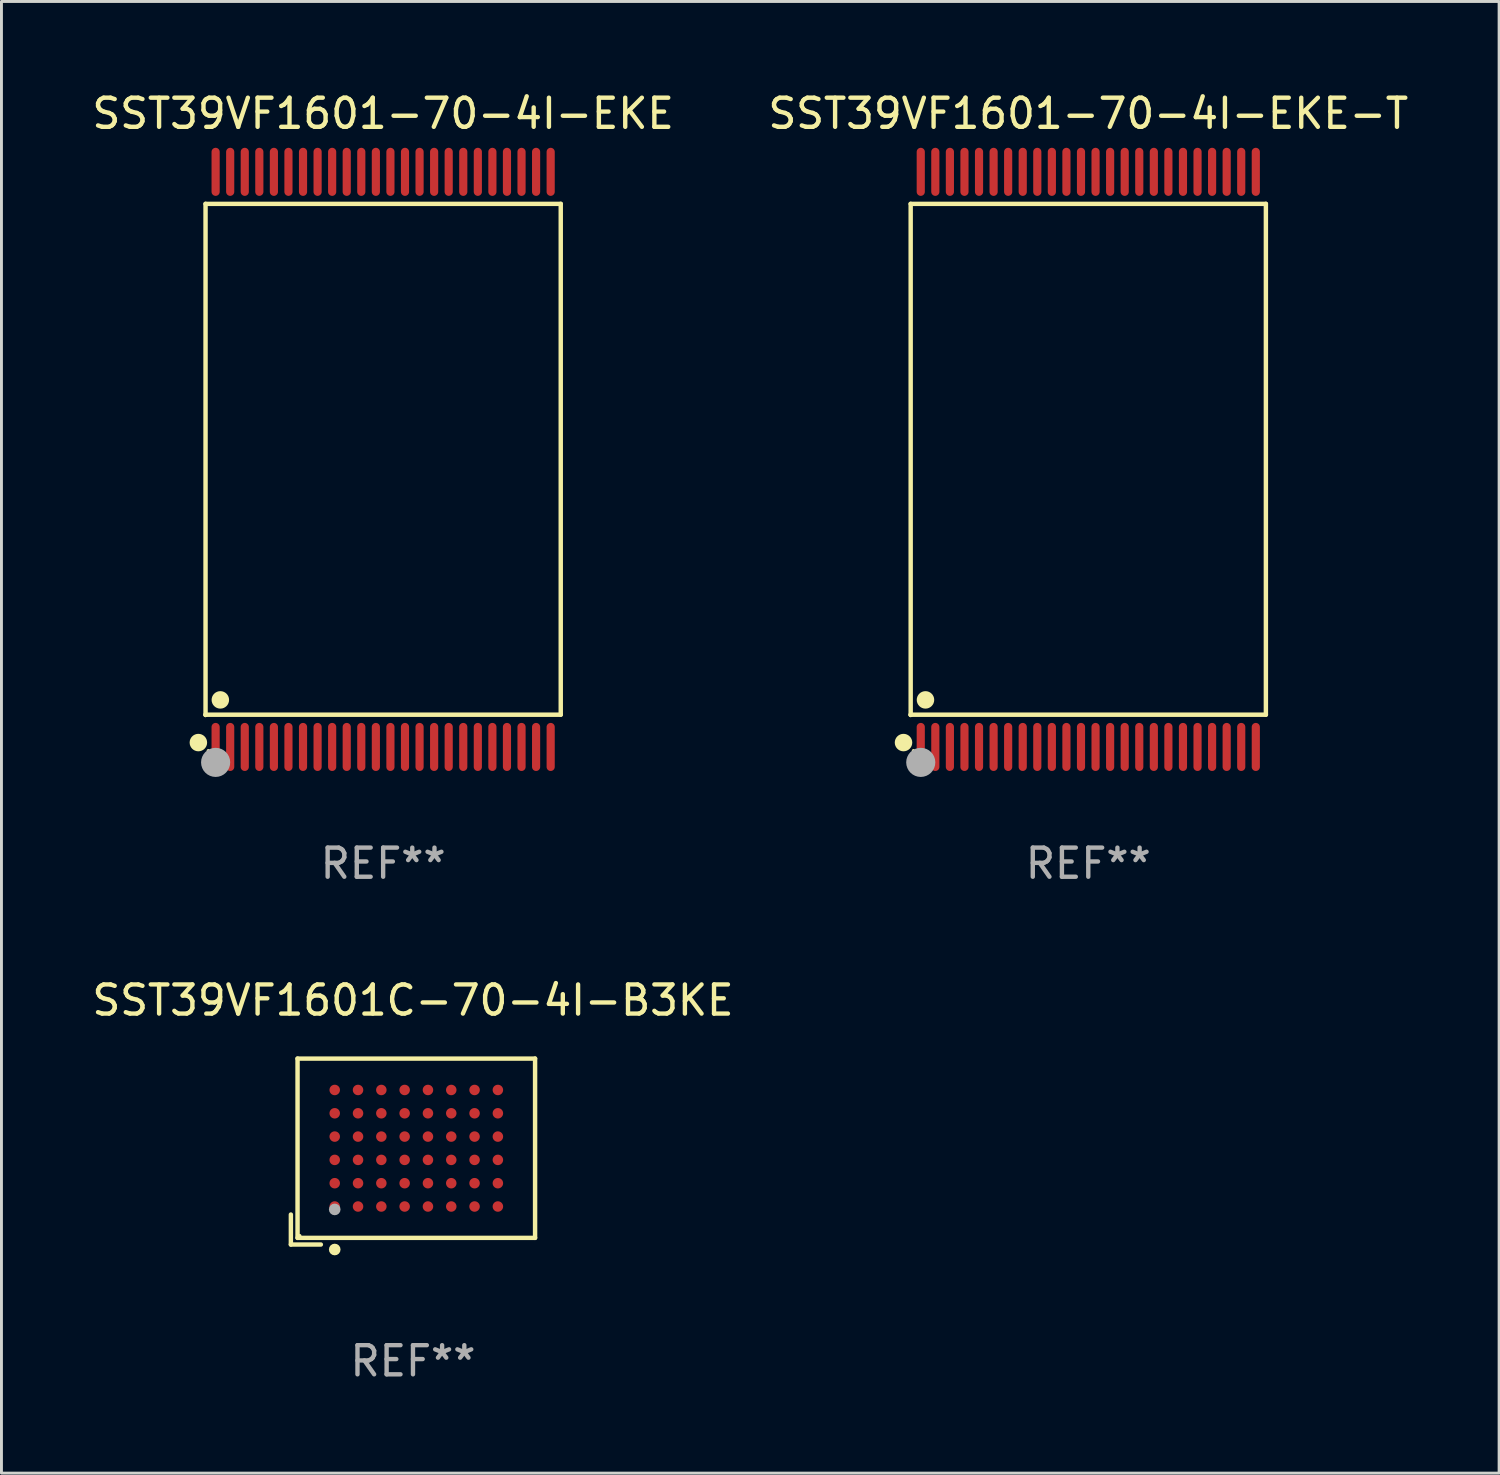
<source format=kicad_pcb>
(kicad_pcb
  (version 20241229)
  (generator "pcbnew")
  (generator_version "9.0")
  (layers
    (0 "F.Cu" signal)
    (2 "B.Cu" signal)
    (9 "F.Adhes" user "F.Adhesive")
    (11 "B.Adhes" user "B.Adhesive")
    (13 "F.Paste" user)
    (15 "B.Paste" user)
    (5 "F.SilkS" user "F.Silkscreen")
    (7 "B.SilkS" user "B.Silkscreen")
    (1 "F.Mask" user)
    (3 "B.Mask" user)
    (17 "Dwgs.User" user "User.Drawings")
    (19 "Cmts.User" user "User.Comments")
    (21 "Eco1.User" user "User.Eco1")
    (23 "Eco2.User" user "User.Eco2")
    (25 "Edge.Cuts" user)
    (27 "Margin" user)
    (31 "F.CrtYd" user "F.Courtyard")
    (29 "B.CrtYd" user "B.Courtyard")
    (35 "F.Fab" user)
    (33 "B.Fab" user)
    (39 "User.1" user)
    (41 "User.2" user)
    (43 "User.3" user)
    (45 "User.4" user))
  (footprint "SST39VF1601-70-4I-EKE-T"
    (layer "F.Cu")
    (at 34.304 12.718)
    (property "Reference" "SST39VF1601-70-4I-EKE-T" (at 0 -11.87 0) (layer "F.SilkS") (effects (font (size 1 1) (thickness 0.15))))
    (attr through_hole)
    (fp_line (start -6.096 -8.771) (end 6.096 -8.771) (stroke (width 0.152) (type solid)) (layer "F.SilkS"))
    (fp_line (start -6.096 8.763) (end -6.096 8.771) (stroke (width 0.152) (type solid)) (layer "F.SilkS"))
    (fp_line (start -6.096 8.771) (end -6.096 -8.771) (stroke (width 0.152) (type solid)) (layer "F.SilkS"))
    (fp_line (start 6.096 -8.771) (end 6.096 8.763) (stroke (width 0.152) (type solid)) (layer "F.SilkS"))
    (fp_line (start 6.096 8.763) (end -6.096 8.763) (stroke (width 0.152) (type solid)) (layer "F.SilkS"))
    (fp_circle (center -6.342 9.72) (end -6.192 9.72) (stroke (width 0.3) (type solid)) (fill no) (layer "F.SilkS"))
    (fp_circle (center -6 10) (end -5.97 10) (stroke (width 0.06) (type solid)) (fill no) (layer "F.SilkS"))
    (fp_circle (center -5.588 8.255) (end -5.438 8.255) (stroke (width 0.3) (type solid)) (fill no) (layer "F.SilkS"))
    (fp_circle (center -5.75 10.4) (end -5.5 10.4) (stroke (width 0.5) (type solid)) (fill no) (layer "F.Fab"))
    (fp_text user "REF**" (at 0 13.87 0) (layer "F.Fab") (effects (font (size 1 1) (thickness 0.15))))
    (pad "1" smd oval (at -5.75 9.87) (size 0.28 1.65) (layers "F.Cu" "F.Mask" "F.Paste"))
    (pad "2" smd oval (at -5.25 9.87) (size 0.28 1.65) (layers "F.Cu" "F.Mask" "F.Paste"))
    (pad "3" smd oval (at -4.75 9.87) (size 0.28 1.65) (layers "F.Cu" "F.Mask" "F.Paste"))
    (pad "4" smd oval (at -4.25 9.87) (size 0.28 1.65) (layers "F.Cu" "F.Mask" "F.Paste"))
    (pad "5" smd oval (at -3.75 9.87) (size 0.28 1.65) (layers "F.Cu" "F.Mask" "F.Paste"))
    (pad "6" smd oval (at -3.25 9.87) (size 0.28 1.65) (layers "F.Cu" "F.Mask" "F.Paste"))
    (pad "7" smd oval (at -2.75 9.87) (size 0.28 1.65) (layers "F.Cu" "F.Mask" "F.Paste"))
    (pad "8" smd oval (at -2.25 9.87) (size 0.28 1.65) (layers "F.Cu" "F.Mask" "F.Paste"))
    (pad "9" smd oval (at -1.75 9.87) (size 0.28 1.65) (layers "F.Cu" "F.Mask" "F.Paste"))
    (pad "10" smd oval (at -1.25 9.87) (size 0.28 1.65) (layers "F.Cu" "F.Mask" "F.Paste"))
    (pad "11" smd oval (at -0.75 9.87) (size 0.28 1.65) (layers "F.Cu" "F.Mask" "F.Paste"))
    (pad "12" smd oval (at -0.25 9.87) (size 0.28 1.65) (layers "F.Cu" "F.Mask" "F.Paste"))
    (pad "13" smd oval (at 0.25 9.87) (size 0.28 1.65) (layers "F.Cu" "F.Mask" "F.Paste"))
    (pad "14" smd oval (at 0.75 9.87) (size 0.28 1.65) (layers "F.Cu" "F.Mask" "F.Paste"))
    (pad "15" smd oval (at 1.25 9.87) (size 0.28 1.65) (layers "F.Cu" "F.Mask" "F.Paste"))
    (pad "16" smd oval (at 1.75 9.87) (size 0.28 1.65) (layers "F.Cu" "F.Mask" "F.Paste"))
    (pad "17" smd oval (at 2.25 9.87) (size 0.28 1.65) (layers "F.Cu" "F.Mask" "F.Paste"))
    (pad "18" smd oval (at 2.75 9.87) (size 0.28 1.65) (layers "F.Cu" "F.Mask" "F.Paste"))
    (pad "19" smd oval (at 3.25 9.87) (size 0.28 1.65) (layers "F.Cu" "F.Mask" "F.Paste"))
    (pad "20" smd oval (at 3.75 9.87) (size 0.28 1.65) (layers "F.Cu" "F.Mask" "F.Paste"))
    (pad "21" smd oval (at 4.25 9.87) (size 0.28 1.65) (layers "F.Cu" "F.Mask" "F.Paste"))
    (pad "22" smd oval (at 4.75 9.87) (size 0.28 1.65) (layers "F.Cu" "F.Mask" "F.Paste"))
    (pad "23" smd oval (at 5.25 9.87) (size 0.28 1.65) (layers "F.Cu" "F.Mask" "F.Paste"))
    (pad "24" smd oval (at 5.75 9.87) (size 0.28 1.65) (layers "F.Cu" "F.Mask" "F.Paste"))
    (pad "25" smd oval (at 5.75 -9.87) (size 0.28 1.65) (layers "F.Cu" "F.Mask" "F.Paste"))
    (pad "26" smd oval (at 5.25 -9.87) (size 0.28 1.65) (layers "F.Cu" "F.Mask" "F.Paste"))
    (pad "27" smd oval (at 4.75 -9.87) (size 0.28 1.65) (layers "F.Cu" "F.Mask" "F.Paste"))
    (pad "28" smd oval (at 4.25 -9.87) (size 0.28 1.65) (layers "F.Cu" "F.Mask" "F.Paste"))
    (pad "29" smd oval (at 3.75 -9.87) (size 0.28 1.65) (layers "F.Cu" "F.Mask" "F.Paste"))
    (pad "30" smd oval (at 3.25 -9.87) (size 0.28 1.65) (layers "F.Cu" "F.Mask" "F.Paste"))
    (pad "31" smd oval (at 2.75 -9.87) (size 0.28 1.65) (layers "F.Cu" "F.Mask" "F.Paste"))
    (pad "32" smd oval (at 2.25 -9.87) (size 0.28 1.65) (layers "F.Cu" "F.Mask" "F.Paste"))
    (pad "33" smd oval (at 1.75 -9.87) (size 0.28 1.65) (layers "F.Cu" "F.Mask" "F.Paste"))
    (pad "34" smd oval (at 1.25 -9.87) (size 0.28 1.65) (layers "F.Cu" "F.Mask" "F.Paste"))
    (pad "35" smd oval (at 0.75 -9.87) (size 0.28 1.65) (layers "F.Cu" "F.Mask" "F.Paste"))
    (pad "36" smd oval (at 0.25 -9.87) (size 0.28 1.65) (layers "F.Cu" "F.Mask" "F.Paste"))
    (pad "37" smd oval (at -0.25 -9.87) (size 0.28 1.65) (layers "F.Cu" "F.Mask" "F.Paste"))
    (pad "38" smd oval (at -0.75 -9.87) (size 0.28 1.65) (layers "F.Cu" "F.Mask" "F.Paste"))
    (pad "39" smd oval (at -1.25 -9.87) (size 0.28 1.65) (layers "F.Cu" "F.Mask" "F.Paste"))
    (pad "40" smd oval (at -1.75 -9.87) (size 0.28 1.65) (layers "F.Cu" "F.Mask" "F.Paste"))
    (pad "41" smd oval (at -2.25 -9.87) (size 0.28 1.65) (layers "F.Cu" "F.Mask" "F.Paste"))
    (pad "42" smd oval (at -2.75 -9.87) (size 0.28 1.65) (layers "F.Cu" "F.Mask" "F.Paste"))
    (pad "43" smd oval (at -3.25 -9.87) (size 0.28 1.65) (layers "F.Cu" "F.Mask" "F.Paste"))
    (pad "44" smd oval (at -3.75 -9.87) (size 0.28 1.65) (layers "F.Cu" "F.Mask" "F.Paste"))
    (pad "45" smd oval (at -4.25 -9.87) (size 0.28 1.65) (layers "F.Cu" "F.Mask" "F.Paste"))
    (pad "46" smd oval (at -4.75 -9.87) (size 0.28 1.65) (layers "F.Cu" "F.Mask" "F.Paste"))
    (pad "47" smd oval (at -5.25 -9.87) (size 0.28 1.65) (layers "F.Cu" "F.Mask" "F.Paste"))
    (pad "48" smd oval (at -5.75 -9.87) (size 0.28 1.65) (layers "F.Cu" "F.Mask" "F.Paste")))
  (footprint "SST39VF1601C-70-4I-B3KE"
    (layer "F.Cu")
    (at 11.125 36.476)
    (property "Reference" "SST39VF1601C-70-4I-B3KE" (at 0 -5.191 0) (layer "F.SilkS") (effects (font (size 1 1) (thickness 0.15))))
    (attr through_hole)
    (fp_line (start -4.191 2.162) (end -4.191 3.191) (stroke (width 0.152) (type solid)) (layer "F.SilkS"))
    (fp_line (start -4.191 3.191) (end -3.162 3.191) (stroke (width 0.152) (type solid)) (layer "F.SilkS"))
    (fp_line (start -3.962 -3.191) (end 4.191 -3.191) (stroke (width 0.152) (type solid)) (layer "F.SilkS"))
    (fp_line (start -3.962 2.962) (end -3.962 -3.191) (stroke (width 0.152) (type solid)) (layer "F.SilkS"))
    (fp_line (start 4.191 -3.191) (end 4.191 2.962) (stroke (width 0.152) (type solid)) (layer "F.SilkS"))
    (fp_line (start 4.191 2.962) (end -3.962 2.962) (stroke (width 0.152) (type solid)) (layer "F.SilkS"))
    (fp_circle (center -3.886 2.886) (end -3.856 2.886) (stroke (width 0.06) (type solid)) (fill no) (layer "F.SilkS"))
    (fp_circle (center -2.686 3.362) (end -2.586 3.362) (stroke (width 0.2) (type solid)) (fill no) (layer "F.SilkS"))
    (fp_circle (center -2.686 1.986) (end -2.586 1.986) (stroke (width 0.2) (type solid)) (fill no) (layer "F.Fab"))
    (fp_text user "REF**" (at 0 7.191 0) (layer "F.Fab") (effects (font (size 1 1) (thickness 0.15))))
    (pad "A1" smd circle (at -2.686 1.886) (size 0.36 0.36) (layers "F.Cu" "F.Mask" "F.Paste"))
    (pad "A2" smd circle (at -2.686 1.086) (size 0.36 0.36) (layers "F.Cu" "F.Mask" "F.Paste"))
    (pad "A3" smd circle (at -2.686 0.286) (size 0.36 0.36) (layers "F.Cu" "F.Mask" "F.Paste"))
    (pad "A4" smd circle (at -2.686 -0.514) (size 0.36 0.36) (layers "F.Cu" "F.Mask" "F.Paste"))
    (pad "A5" smd circle (at -2.686 -1.314) (size 0.36 0.36) (layers "F.Cu" "F.Mask" "F.Paste"))
    (pad "A6" smd circle (at -2.686 -2.114) (size 0.36 0.36) (layers "F.Cu" "F.Mask" "F.Paste"))
    (pad "B1" smd circle (at -1.886 1.886) (size 0.36 0.36) (layers "F.Cu" "F.Mask" "F.Paste"))
    (pad "B2" smd circle (at -1.886 1.086) (size 0.36 0.36) (layers "F.Cu" "F.Mask" "F.Paste"))
    (pad "B3" smd circle (at -1.886 0.286) (size 0.36 0.36) (layers "F.Cu" "F.Mask" "F.Paste"))
    (pad "B4" smd circle (at -1.886 -0.514) (size 0.36 0.36) (layers "F.Cu" "F.Mask" "F.Paste"))
    (pad "B5" smd circle (at -1.886 -1.314) (size 0.36 0.36) (layers "F.Cu" "F.Mask" "F.Paste"))
    (pad "B6" smd circle (at -1.886 -2.114) (size 0.36 0.36) (layers "F.Cu" "F.Mask" "F.Paste"))
    (pad "C1" smd circle (at -1.086 1.886) (size 0.36 0.36) (layers "F.Cu" "F.Mask" "F.Paste"))
    (pad "C2" smd circle (at -1.086 1.086) (size 0.36 0.36) (layers "F.Cu" "F.Mask" "F.Paste"))
    (pad "C3" smd circle (at -1.086 0.286) (size 0.36 0.36) (layers "F.Cu" "F.Mask" "F.Paste"))
    (pad "C4" smd circle (at -1.086 -0.514) (size 0.36 0.36) (layers "F.Cu" "F.Mask" "F.Paste"))
    (pad "C5" smd circle (at -1.086 -1.314) (size 0.36 0.36) (layers "F.Cu" "F.Mask" "F.Paste"))
    (pad "C6" smd circle (at -1.086 -2.114) (size 0.36 0.36) (layers "F.Cu" "F.Mask" "F.Paste"))
    (pad "D1" smd circle (at -0.286 1.886) (size 0.36 0.36) (layers "F.Cu" "F.Mask" "F.Paste"))
    (pad "D2" smd circle (at -0.286 1.086) (size 0.36 0.36) (layers "F.Cu" "F.Mask" "F.Paste"))
    (pad "D3" smd circle (at -0.286 0.286) (size 0.36 0.36) (layers "F.Cu" "F.Mask" "F.Paste"))
    (pad "D4" smd circle (at -0.286 -0.514) (size 0.36 0.36) (layers "F.Cu" "F.Mask" "F.Paste"))
    (pad "D5" smd circle (at -0.286 -1.314) (size 0.36 0.36) (layers "F.Cu" "F.Mask" "F.Paste"))
    (pad "D6" smd circle (at -0.286 -2.114) (size 0.36 0.36) (layers "F.Cu" "F.Mask" "F.Paste"))
    (pad "E1" smd circle (at 0.514 1.886) (size 0.36 0.36) (layers "F.Cu" "F.Mask" "F.Paste"))
    (pad "E2" smd circle (at 0.514 1.086) (size 0.36 0.36) (layers "F.Cu" "F.Mask" "F.Paste"))
    (pad "E3" smd circle (at 0.514 0.286) (size 0.36 0.36) (layers "F.Cu" "F.Mask" "F.Paste"))
    (pad "E4" smd circle (at 0.514 -0.514) (size 0.36 0.36) (layers "F.Cu" "F.Mask" "F.Paste"))
    (pad "E5" smd circle (at 0.514 -1.314) (size 0.36 0.36) (layers "F.Cu" "F.Mask" "F.Paste"))
    (pad "E6" smd circle (at 0.514 -2.114) (size 0.36 0.36) (layers "F.Cu" "F.Mask" "F.Paste"))
    (pad "F1" smd circle (at 1.314 1.886) (size 0.36 0.36) (layers "F.Cu" "F.Mask" "F.Paste"))
    (pad "F2" smd circle (at 1.314 1.086) (size 0.36 0.36) (layers "F.Cu" "F.Mask" "F.Paste"))
    (pad "F3" smd circle (at 1.314 0.286) (size 0.36 0.36) (layers "F.Cu" "F.Mask" "F.Paste"))
    (pad "F4" smd circle (at 1.314 -0.514) (size 0.36 0.36) (layers "F.Cu" "F.Mask" "F.Paste"))
    (pad "F5" smd circle (at 1.314 -1.314) (size 0.36 0.36) (layers "F.Cu" "F.Mask" "F.Paste"))
    (pad "F6" smd circle (at 1.314 -2.114) (size 0.36 0.36) (layers "F.Cu" "F.Mask" "F.Paste"))
    (pad "G1" smd circle (at 2.114 1.886) (size 0.36 0.36) (layers "F.Cu" "F.Mask" "F.Paste"))
    (pad "G2" smd circle (at 2.114 1.086) (size 0.36 0.36) (layers "F.Cu" "F.Mask" "F.Paste"))
    (pad "G3" smd circle (at 2.114 0.286) (size 0.36 0.36) (layers "F.Cu" "F.Mask" "F.Paste"))
    (pad "G4" smd circle (at 2.114 -0.514) (size 0.36 0.36) (layers "F.Cu" "F.Mask" "F.Paste"))
    (pad "G5" smd circle (at 2.114 -1.314) (size 0.36 0.36) (layers "F.Cu" "F.Mask" "F.Paste"))
    (pad "G6" smd circle (at 2.114 -2.114) (size 0.36 0.36) (layers "F.Cu" "F.Mask" "F.Paste"))
    (pad "H1" smd circle (at 2.914 1.886) (size 0.36 0.36) (layers "F.Cu" "F.Mask" "F.Paste"))
    (pad "H2" smd circle (at 2.914 1.086) (size 0.36 0.36) (layers "F.Cu" "F.Mask" "F.Paste"))
    (pad "H3" smd circle (at 2.914 0.286) (size 0.36 0.36) (layers "F.Cu" "F.Mask" "F.Paste"))
    (pad "H4" smd circle (at 2.914 -0.514) (size 0.36 0.36) (layers "F.Cu" "F.Mask" "F.Paste"))
    (pad "H5" smd circle (at 2.914 -1.314) (size 0.36 0.36) (layers "F.Cu" "F.Mask" "F.Paste"))
    (pad "H6" smd circle (at 2.914 -2.114) (size 0.36 0.36) (layers "F.Cu" "F.Mask" "F.Paste")))
  (footprint "SST39VF1601-70-4I-EKE"
    (layer "F.Cu")
    (at 10.101 12.718)
    (property "Reference" "SST39VF1601-70-4I-EKE" (at 0 -11.87 0) (layer "F.SilkS") (effects (font (size 1 1) (thickness 0.15))))
    (attr through_hole)
    (fp_line (start -6.096 -8.771) (end 6.096 -8.771) (stroke (width 0.152) (type solid)) (layer "F.SilkS"))
    (fp_line (start -6.096 8.763) (end -6.096 8.771) (stroke (width 0.152) (type solid)) (layer "F.SilkS"))
    (fp_line (start -6.096 8.771) (end -6.096 -8.771) (stroke (width 0.152) (type solid)) (layer "F.SilkS"))
    (fp_line (start 6.096 -8.771) (end 6.096 8.763) (stroke (width 0.152) (type solid)) (layer "F.SilkS"))
    (fp_line (start 6.096 8.763) (end -6.096 8.763) (stroke (width 0.152) (type solid)) (layer "F.SilkS"))
    (fp_circle (center -6.342 9.72) (end -6.192 9.72) (stroke (width 0.3) (type solid)) (fill no) (layer "F.SilkS"))
    (fp_circle (center -6 10) (end -5.97 10) (stroke (width 0.06) (type solid)) (fill no) (layer "F.SilkS"))
    (fp_circle (center -5.588 8.255) (end -5.438 8.255) (stroke (width 0.3) (type solid)) (fill no) (layer "F.SilkS"))
    (fp_circle (center -5.75 10.4) (end -5.5 10.4) (stroke (width 0.5) (type solid)) (fill no) (layer "F.Fab"))
    (fp_text user "REF**" (at 0 13.87 0) (layer "F.Fab") (effects (font (size 1 1) (thickness 0.15))))
    (pad "1" smd oval (at -5.75 9.87) (size 0.28 1.65) (layers "F.Cu" "F.Mask" "F.Paste"))
    (pad "2" smd oval (at -5.25 9.87) (size 0.28 1.65) (layers "F.Cu" "F.Mask" "F.Paste"))
    (pad "3" smd oval (at -4.75 9.87) (size 0.28 1.65) (layers "F.Cu" "F.Mask" "F.Paste"))
    (pad "4" smd oval (at -4.25 9.87) (size 0.28 1.65) (layers "F.Cu" "F.Mask" "F.Paste"))
    (pad "5" smd oval (at -3.75 9.87) (size 0.28 1.65) (layers "F.Cu" "F.Mask" "F.Paste"))
    (pad "6" smd oval (at -3.25 9.87) (size 0.28 1.65) (layers "F.Cu" "F.Mask" "F.Paste"))
    (pad "7" smd oval (at -2.75 9.87) (size 0.28 1.65) (layers "F.Cu" "F.Mask" "F.Paste"))
    (pad "8" smd oval (at -2.25 9.87) (size 0.28 1.65) (layers "F.Cu" "F.Mask" "F.Paste"))
    (pad "9" smd oval (at -1.75 9.87) (size 0.28 1.65) (layers "F.Cu" "F.Mask" "F.Paste"))
    (pad "10" smd oval (at -1.25 9.87) (size 0.28 1.65) (layers "F.Cu" "F.Mask" "F.Paste"))
    (pad "11" smd oval (at -0.75 9.87) (size 0.28 1.65) (layers "F.Cu" "F.Mask" "F.Paste"))
    (pad "12" smd oval (at -0.25 9.87) (size 0.28 1.65) (layers "F.Cu" "F.Mask" "F.Paste"))
    (pad "13" smd oval (at 0.25 9.87) (size 0.28 1.65) (layers "F.Cu" "F.Mask" "F.Paste"))
    (pad "14" smd oval (at 0.75 9.87) (size 0.28 1.65) (layers "F.Cu" "F.Mask" "F.Paste"))
    (pad "15" smd oval (at 1.25 9.87) (size 0.28 1.65) (layers "F.Cu" "F.Mask" "F.Paste"))
    (pad "16" smd oval (at 1.75 9.87) (size 0.28 1.65) (layers "F.Cu" "F.Mask" "F.Paste"))
    (pad "17" smd oval (at 2.25 9.87) (size 0.28 1.65) (layers "F.Cu" "F.Mask" "F.Paste"))
    (pad "18" smd oval (at 2.75 9.87) (size 0.28 1.65) (layers "F.Cu" "F.Mask" "F.Paste"))
    (pad "19" smd oval (at 3.25 9.87) (size 0.28 1.65) (layers "F.Cu" "F.Mask" "F.Paste"))
    (pad "20" smd oval (at 3.75 9.87) (size 0.28 1.65) (layers "F.Cu" "F.Mask" "F.Paste"))
    (pad "21" smd oval (at 4.25 9.87) (size 0.28 1.65) (layers "F.Cu" "F.Mask" "F.Paste"))
    (pad "22" smd oval (at 4.75 9.87) (size 0.28 1.65) (layers "F.Cu" "F.Mask" "F.Paste"))
    (pad "23" smd oval (at 5.25 9.87) (size 0.28 1.65) (layers "F.Cu" "F.Mask" "F.Paste"))
    (pad "24" smd oval (at 5.75 9.87) (size 0.28 1.65) (layers "F.Cu" "F.Mask" "F.Paste"))
    (pad "25" smd oval (at 5.75 -9.87) (size 0.28 1.65) (layers "F.Cu" "F.Mask" "F.Paste"))
    (pad "26" smd oval (at 5.25 -9.87) (size 0.28 1.65) (layers "F.Cu" "F.Mask" "F.Paste"))
    (pad "27" smd oval (at 4.75 -9.87) (size 0.28 1.65) (layers "F.Cu" "F.Mask" "F.Paste"))
    (pad "28" smd oval (at 4.25 -9.87) (size 0.28 1.65) (layers "F.Cu" "F.Mask" "F.Paste"))
    (pad "29" smd oval (at 3.75 -9.87) (size 0.28 1.65) (layers "F.Cu" "F.Mask" "F.Paste"))
    (pad "30" smd oval (at 3.25 -9.87) (size 0.28 1.65) (layers "F.Cu" "F.Mask" "F.Paste"))
    (pad "31" smd oval (at 2.75 -9.87) (size 0.28 1.65) (layers "F.Cu" "F.Mask" "F.Paste"))
    (pad "32" smd oval (at 2.25 -9.87) (size 0.28 1.65) (layers "F.Cu" "F.Mask" "F.Paste"))
    (pad "33" smd oval (at 1.75 -9.87) (size 0.28 1.65) (layers "F.Cu" "F.Mask" "F.Paste"))
    (pad "34" smd oval (at 1.25 -9.87) (size 0.28 1.65) (layers "F.Cu" "F.Mask" "F.Paste"))
    (pad "35" smd oval (at 0.75 -9.87) (size 0.28 1.65) (layers "F.Cu" "F.Mask" "F.Paste"))
    (pad "36" smd oval (at 0.25 -9.87) (size 0.28 1.65) (layers "F.Cu" "F.Mask" "F.Paste"))
    (pad "37" smd oval (at -0.25 -9.87) (size 0.28 1.65) (layers "F.Cu" "F.Mask" "F.Paste"))
    (pad "38" smd oval (at -0.75 -9.87) (size 0.28 1.65) (layers "F.Cu" "F.Mask" "F.Paste"))
    (pad "39" smd oval (at -1.25 -9.87) (size 0.28 1.65) (layers "F.Cu" "F.Mask" "F.Paste"))
    (pad "40" smd oval (at -1.75 -9.87) (size 0.28 1.65) (layers "F.Cu" "F.Mask" "F.Paste"))
    (pad "41" smd oval (at -2.25 -9.87) (size 0.28 1.65) (layers "F.Cu" "F.Mask" "F.Paste"))
    (pad "42" smd oval (at -2.75 -9.87) (size 0.28 1.65) (layers "F.Cu" "F.Mask" "F.Paste"))
    (pad "43" smd oval (at -3.25 -9.87) (size 0.28 1.65) (layers "F.Cu" "F.Mask" "F.Paste"))
    (pad "44" smd oval (at -3.75 -9.87) (size 0.28 1.65) (layers "F.Cu" "F.Mask" "F.Paste"))
    (pad "45" smd oval (at -4.25 -9.87) (size 0.28 1.65) (layers "F.Cu" "F.Mask" "F.Paste"))
    (pad "46" smd oval (at -4.75 -9.87) (size 0.28 1.65) (layers "F.Cu" "F.Mask" "F.Paste"))
    (pad "47" smd oval (at -5.25 -9.87) (size 0.28 1.65) (layers "F.Cu" "F.Mask" "F.Paste"))
    (pad "48" smd oval (at -5.75 -9.87) (size 0.28 1.65) (layers "F.Cu" "F.Mask" "F.Paste")))
  (gr_rect
    (start -3 -3)
    (end 48.405 47.514)
    (stroke (width 0.1) (type default))
    (fill no)
    (layer "Edge.Cuts")))
</source>
